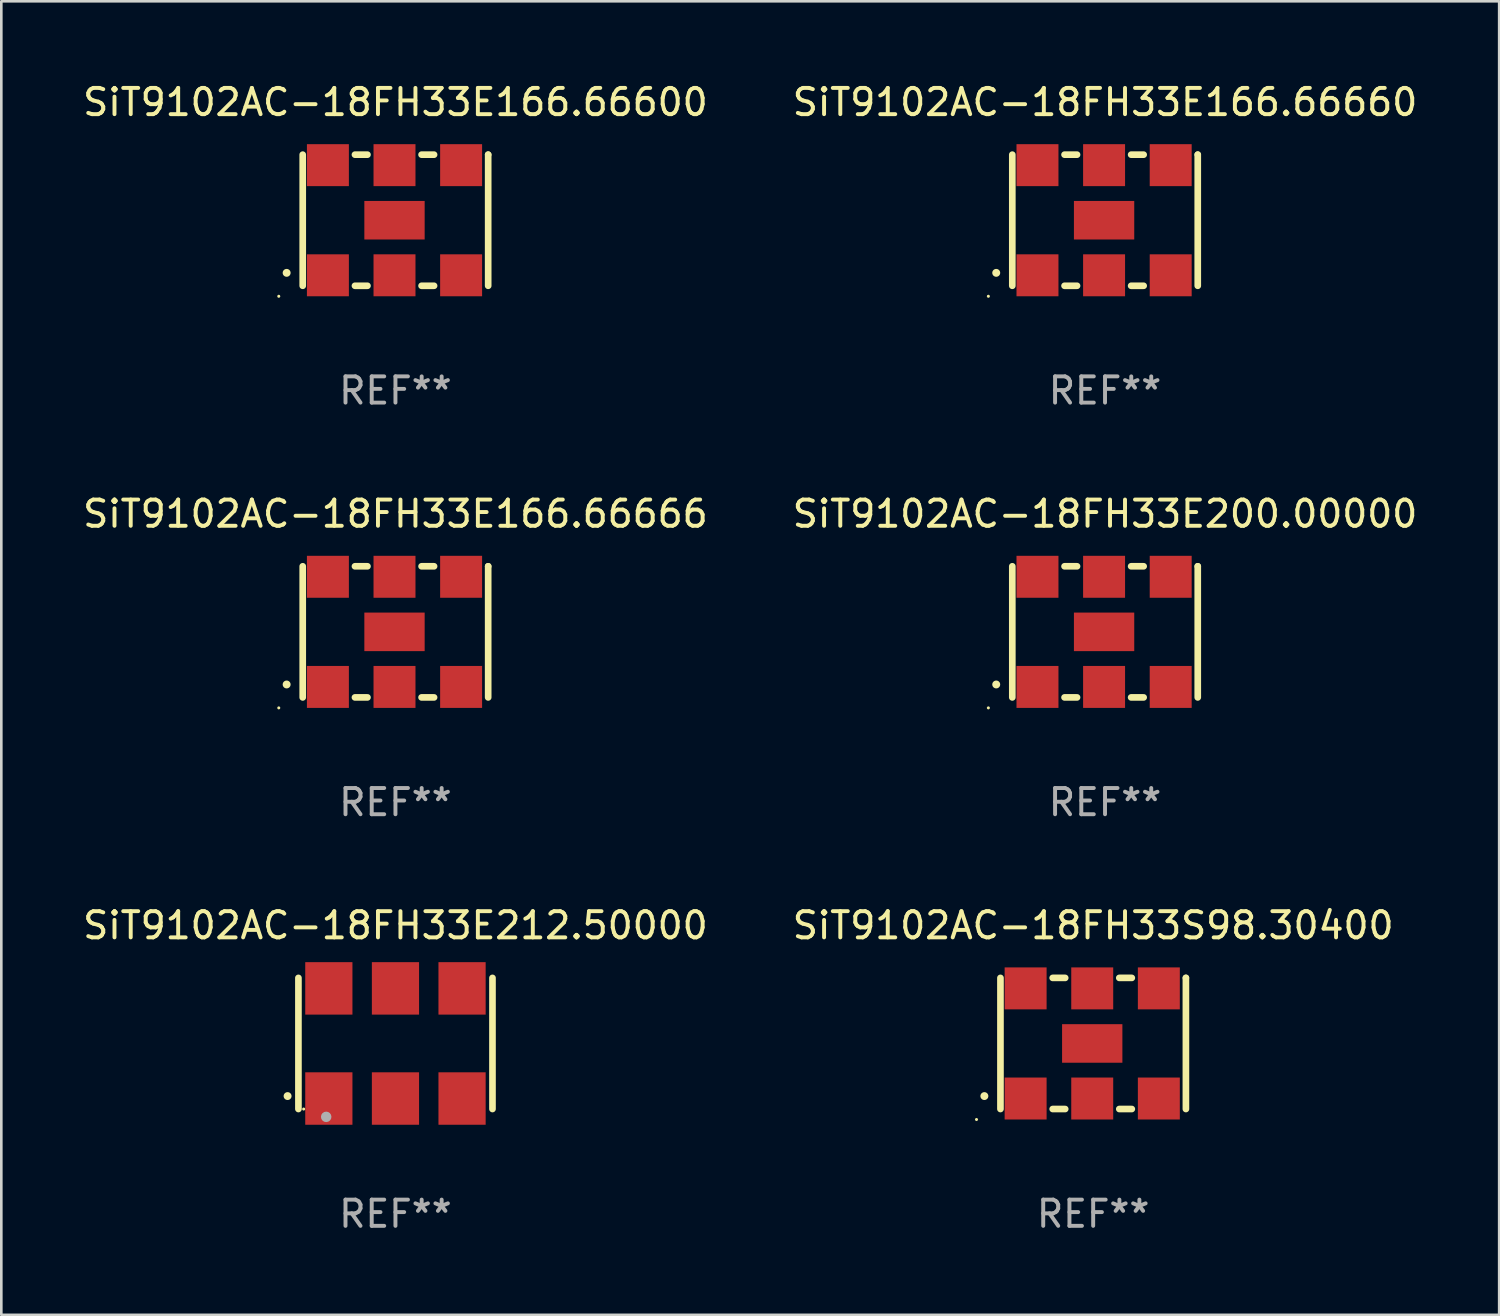
<source format=kicad_pcb>
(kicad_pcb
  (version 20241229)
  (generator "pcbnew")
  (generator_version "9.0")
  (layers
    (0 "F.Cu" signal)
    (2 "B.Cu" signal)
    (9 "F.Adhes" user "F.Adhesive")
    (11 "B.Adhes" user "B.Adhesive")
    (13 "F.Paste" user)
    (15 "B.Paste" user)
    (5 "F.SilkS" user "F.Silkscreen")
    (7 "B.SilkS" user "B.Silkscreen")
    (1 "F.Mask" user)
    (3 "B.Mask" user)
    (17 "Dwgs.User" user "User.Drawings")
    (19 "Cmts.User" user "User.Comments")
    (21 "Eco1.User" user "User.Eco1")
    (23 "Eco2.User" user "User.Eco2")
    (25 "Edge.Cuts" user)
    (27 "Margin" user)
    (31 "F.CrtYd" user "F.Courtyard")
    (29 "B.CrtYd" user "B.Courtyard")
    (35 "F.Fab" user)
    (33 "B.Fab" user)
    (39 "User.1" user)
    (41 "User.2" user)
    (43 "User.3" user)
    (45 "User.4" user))
  (footprint "SiT9102AC-18FH33E166.66600"
    (layer "F.Cu")
    (at 12.03 5.348)
    (property "Reference" "SiT9102AC-18FH33E166.66600" (at 0 -4.5 0) (layer "F.SilkS") (effects (font (size 1 1) (thickness 0.15))))
    (attr through_hole)
    (fp_line (start -3.536 -2.5) (end -3.536 2.5) (stroke (width 0.254) (type solid)) (layer "F.SilkS"))
    (fp_line (start -1.544 2.5) (end -1.067 2.5) (stroke (width 0.254) (type solid)) (layer "F.SilkS"))
    (fp_line (start -1.067 -2.5) (end -1.544 -2.5) (stroke (width 0.254) (type solid)) (layer "F.SilkS"))
    (fp_line (start 0.996 2.5) (end 1.473 2.5) (stroke (width 0.254) (type solid)) (layer "F.SilkS"))
    (fp_line (start 1.473 -2.5) (end 0.996 -2.5) (stroke (width 0.254) (type solid)) (layer "F.SilkS"))
    (fp_line (start 3.536 -2.5) (end 3.536 -2.5) (stroke (width 0.254) (type solid)) (layer "F.SilkS"))
    (fp_line (start 3.536 2.5) (end 3.536 -2.5) (stroke (width 0.254) (type solid)) (layer "F.SilkS"))
    (fp_arc (start -4.150432 2.006604) (mid -4.149162 2.006599) (end -4.147892 2.006604) (stroke (width 0.3) (type solid)) (layer "F.SilkS"))
    (fp_circle (center -4.449 2.9) (end -4.419 2.9) (stroke (width 0.06) (type solid)) (fill no) (layer "F.SilkS"))
    (fp_text user "REF**" (at 0 6.5 0) (layer "F.Fab") (effects (font (size 1 1) (thickness 0.15))))
    (pad "1" smd rect (at -2.576 2.1) (size 1.6 1.6) (layers "F.Cu" "F.Mask" "F.Paste"))
    (pad "2" smd rect (at -0.036 2.1) (size 1.6 1.6) (layers "F.Cu" "F.Mask" "F.Paste"))
    (pad "3" smd rect (at 2.504 2.1) (size 1.6 1.6) (layers "F.Cu" "F.Mask" "F.Paste"))
    (pad "4" smd rect (at 2.504 -2.1) (size 1.6 1.6) (layers "F.Cu" "F.Mask" "F.Paste"))
    (pad "5" smd rect (at -0.036 -2.1) (size 1.6 1.6) (layers "F.Cu" "F.Mask" "F.Paste"))
    (pad "6" smd rect (at -2.576 -2.1) (size 1.6 1.6) (layers "F.Cu" "F.Mask" "F.Paste"))
    (pad "7" smd rect (at -0.036 0) (size 2.3 1.47) (layers "F.Cu" "F.Mask" "F.Paste")))
  (footprint "SiT9102AC-18FH33S98.30400"
    (layer "F.Cu")
    (at 38.637 36.741)
    (property "Reference" "SiT9102AC-18FH33S98.30400" (at 0 -4.5 0) (layer "F.SilkS") (effects (font (size 1 1) (thickness 0.15))))
    (attr through_hole)
    (fp_line (start -3.536 -2.5) (end -3.536 2.5) (stroke (width 0.254) (type solid)) (layer "F.SilkS"))
    (fp_line (start -1.544 2.5) (end -1.067 2.5) (stroke (width 0.254) (type solid)) (layer "F.SilkS"))
    (fp_line (start -1.067 -2.5) (end -1.544 -2.5) (stroke (width 0.254) (type solid)) (layer "F.SilkS"))
    (fp_line (start 0.996 2.5) (end 1.473 2.5) (stroke (width 0.254) (type solid)) (layer "F.SilkS"))
    (fp_line (start 1.473 -2.5) (end 0.996 -2.5) (stroke (width 0.254) (type solid)) (layer "F.SilkS"))
    (fp_line (start 3.536 -2.5) (end 3.536 -2.5) (stroke (width 0.254) (type solid)) (layer "F.SilkS"))
    (fp_line (start 3.536 2.5) (end 3.536 -2.5) (stroke (width 0.254) (type solid)) (layer "F.SilkS"))
    (fp_arc (start -4.150432 2.006604) (mid -4.149162 2.006599) (end -4.147892 2.006604) (stroke (width 0.3) (type solid)) (layer "F.SilkS"))
    (fp_circle (center -4.449 2.9) (end -4.419 2.9) (stroke (width 0.06) (type solid)) (fill no) (layer "F.SilkS"))
    (fp_text user "REF**" (at 0 6.5 0) (layer "F.Fab") (effects (font (size 1 1) (thickness 0.15))))
    (pad "1" smd rect (at -2.576 2.1) (size 1.6 1.6) (layers "F.Cu" "F.Mask" "F.Paste"))
    (pad "2" smd rect (at -0.036 2.1) (size 1.6 1.6) (layers "F.Cu" "F.Mask" "F.Paste"))
    (pad "3" smd rect (at 2.504 2.1) (size 1.6 1.6) (layers "F.Cu" "F.Mask" "F.Paste"))
    (pad "4" smd rect (at 2.504 -2.1) (size 1.6 1.6) (layers "F.Cu" "F.Mask" "F.Paste"))
    (pad "5" smd rect (at -0.036 -2.1) (size 1.6 1.6) (layers "F.Cu" "F.Mask" "F.Paste"))
    (pad "6" smd rect (at -2.576 -2.1) (size 1.6 1.6) (layers "F.Cu" "F.Mask" "F.Paste"))
    (pad "7" smd rect (at -0.036 0) (size 2.3 1.47) (layers "F.Cu" "F.Mask" "F.Paste")))
  (footprint "SiT9102AC-18FH33E166.66666"
    (layer "F.Cu")
    (at 12.03 21.045)
    (property "Reference" "SiT9102AC-18FH33E166.66666" (at 0 -4.5 0) (layer "F.SilkS") (effects (font (size 1 1) (thickness 0.15))))
    (attr through_hole)
    (fp_line (start -3.536 -2.5) (end -3.536 2.5) (stroke (width 0.254) (type solid)) (layer "F.SilkS"))
    (fp_line (start -1.544 2.5) (end -1.067 2.5) (stroke (width 0.254) (type solid)) (layer "F.SilkS"))
    (fp_line (start -1.067 -2.5) (end -1.544 -2.5) (stroke (width 0.254) (type solid)) (layer "F.SilkS"))
    (fp_line (start 0.996 2.5) (end 1.473 2.5) (stroke (width 0.254) (type solid)) (layer "F.SilkS"))
    (fp_line (start 1.473 -2.5) (end 0.996 -2.5) (stroke (width 0.254) (type solid)) (layer "F.SilkS"))
    (fp_line (start 3.536 -2.5) (end 3.536 -2.5) (stroke (width 0.254) (type solid)) (layer "F.SilkS"))
    (fp_line (start 3.536 2.5) (end 3.536 -2.5) (stroke (width 0.254) (type solid)) (layer "F.SilkS"))
    (fp_arc (start -4.150432 2.006604) (mid -4.149162 2.006599) (end -4.147892 2.006604) (stroke (width 0.3) (type solid)) (layer "F.SilkS"))
    (fp_circle (center -4.449 2.9) (end -4.419 2.9) (stroke (width 0.06) (type solid)) (fill no) (layer "F.SilkS"))
    (fp_text user "REF**" (at 0 6.5 0) (layer "F.Fab") (effects (font (size 1 1) (thickness 0.15))))
    (pad "1" smd rect (at -2.576 2.1) (size 1.6 1.6) (layers "F.Cu" "F.Mask" "F.Paste"))
    (pad "2" smd rect (at -0.036 2.1) (size 1.6 1.6) (layers "F.Cu" "F.Mask" "F.Paste"))
    (pad "3" smd rect (at 2.504 2.1) (size 1.6 1.6) (layers "F.Cu" "F.Mask" "F.Paste"))
    (pad "4" smd rect (at 2.504 -2.1) (size 1.6 1.6) (layers "F.Cu" "F.Mask" "F.Paste"))
    (pad "5" smd rect (at -0.036 -2.1) (size 1.6 1.6) (layers "F.Cu" "F.Mask" "F.Paste"))
    (pad "6" smd rect (at -2.576 -2.1) (size 1.6 1.6) (layers "F.Cu" "F.Mask" "F.Paste"))
    (pad "7" smd rect (at -0.036 0) (size 2.3 1.47) (layers "F.Cu" "F.Mask" "F.Paste")))
  (footprint "SiT9102AC-18FH33E212.50000"
    (layer "F.Cu")
    (at 12.03 36.741)
    (property "Reference" "SiT9102AC-18FH33E212.50000" (at 0 -4.5 0) (layer "F.SilkS") (effects (font (size 1 1) (thickness 0.15))))
    (attr through_hole)
    (fp_line (start -3.7 -2.5) (end -3.7 2.5) (stroke (width 0.254) (type solid)) (layer "F.SilkS"))
    (fp_line (start 3.7 -2.5) (end 3.7 2.5) (stroke (width 0.254) (type solid)) (layer "F.SilkS"))
    (fp_arc (start -4.114415 2.006604) (mid -4.113145 2.006599) (end -4.111875 2.006604) (stroke (width 0.3) (type solid)) (layer "F.SilkS"))
    (fp_circle (center -3.5 2.501) (end -3.47 2.501) (stroke (width 0.06) (type solid)) (fill no) (layer "F.SilkS"))
    (fp_circle (center -2.641 2.799) (end -2.541 2.799) (stroke (width 0.2) (type solid)) (fill no) (layer "F.Fab"))
    (fp_text user "REF**" (at 0 6.5 0) (layer "F.Fab") (effects (font (size 1 1) (thickness 0.15))))
    (pad "1" smd rect (at -2.54 2.1) (size 1.8 2) (layers "F.Cu" "F.Mask" "F.Paste"))
    (pad "2" smd rect (at 0.000394 2.1) (size 1.8 2) (layers "F.Cu" "F.Mask" "F.Paste"))
    (pad "3" smd rect (at 2.54 2.1) (size 1.8 2) (layers "F.Cu" "F.Mask" "F.Paste"))
    (pad "4" smd rect (at 2.54 -2.1) (size 1.8 2) (layers "F.Cu" "F.Mask" "F.Paste"))
    (pad "5" smd rect (at 0.000394 -2.1) (size 1.8 2) (layers "F.Cu" "F.Mask" "F.Paste"))
    (pad "6" smd rect (at -2.54 -2.1) (size 1.8 2) (layers "F.Cu" "F.Mask" "F.Paste")))
  (footprint "SiT9102AC-18FH33E166.66660"
    (layer "F.Cu")
    (at 39.089 5.348)
    (property "Reference" "SiT9102AC-18FH33E166.66660" (at 0 -4.5 0) (layer "F.SilkS") (effects (font (size 1 1) (thickness 0.15))))
    (attr through_hole)
    (fp_line (start -3.536 -2.5) (end -3.536 2.5) (stroke (width 0.254) (type solid)) (layer "F.SilkS"))
    (fp_line (start -1.544 2.5) (end -1.067 2.5) (stroke (width 0.254) (type solid)) (layer "F.SilkS"))
    (fp_line (start -1.067 -2.5) (end -1.544 -2.5) (stroke (width 0.254) (type solid)) (layer "F.SilkS"))
    (fp_line (start 0.996 2.5) (end 1.473 2.5) (stroke (width 0.254) (type solid)) (layer "F.SilkS"))
    (fp_line (start 1.473 -2.5) (end 0.996 -2.5) (stroke (width 0.254) (type solid)) (layer "F.SilkS"))
    (fp_line (start 3.536 -2.5) (end 3.536 -2.5) (stroke (width 0.254) (type solid)) (layer "F.SilkS"))
    (fp_line (start 3.536 2.5) (end 3.536 -2.5) (stroke (width 0.254) (type solid)) (layer "F.SilkS"))
    (fp_arc (start -4.150432 2.006604) (mid -4.149162 2.006599) (end -4.147892 2.006604) (stroke (width 0.3) (type solid)) (layer "F.SilkS"))
    (fp_circle (center -4.449 2.9) (end -4.419 2.9) (stroke (width 0.06) (type solid)) (fill no) (layer "F.SilkS"))
    (fp_text user "REF**" (at 0 6.5 0) (layer "F.Fab") (effects (font (size 1 1) (thickness 0.15))))
    (pad "1" smd rect (at -2.576 2.1) (size 1.6 1.6) (layers "F.Cu" "F.Mask" "F.Paste"))
    (pad "2" smd rect (at -0.036 2.1) (size 1.6 1.6) (layers "F.Cu" "F.Mask" "F.Paste"))
    (pad "3" smd rect (at 2.504 2.1) (size 1.6 1.6) (layers "F.Cu" "F.Mask" "F.Paste"))
    (pad "4" smd rect (at 2.504 -2.1) (size 1.6 1.6) (layers "F.Cu" "F.Mask" "F.Paste"))
    (pad "5" smd rect (at -0.036 -2.1) (size 1.6 1.6) (layers "F.Cu" "F.Mask" "F.Paste"))
    (pad "6" smd rect (at -2.576 -2.1) (size 1.6 1.6) (layers "F.Cu" "F.Mask" "F.Paste"))
    (pad "7" smd rect (at -0.036 0) (size 2.3 1.47) (layers "F.Cu" "F.Mask" "F.Paste")))
  (footprint "SiT9102AC-18FH33E200.00000"
    (layer "F.Cu")
    (at 39.089 21.045)
    (property "Reference" "SiT9102AC-18FH33E200.00000" (at 0 -4.5 0) (layer "F.SilkS") (effects (font (size 1 1) (thickness 0.15))))
    (attr through_hole)
    (fp_line (start -3.536 -2.5) (end -3.536 2.5) (stroke (width 0.254) (type solid)) (layer "F.SilkS"))
    (fp_line (start -1.544 2.5) (end -1.067 2.5) (stroke (width 0.254) (type solid)) (layer "F.SilkS"))
    (fp_line (start -1.067 -2.5) (end -1.544 -2.5) (stroke (width 0.254) (type solid)) (layer "F.SilkS"))
    (fp_line (start 0.996 2.5) (end 1.473 2.5) (stroke (width 0.254) (type solid)) (layer "F.SilkS"))
    (fp_line (start 1.473 -2.5) (end 0.996 -2.5) (stroke (width 0.254) (type solid)) (layer "F.SilkS"))
    (fp_line (start 3.536 -2.5) (end 3.536 -2.5) (stroke (width 0.254) (type solid)) (layer "F.SilkS"))
    (fp_line (start 3.536 2.5) (end 3.536 -2.5) (stroke (width 0.254) (type solid)) (layer "F.SilkS"))
    (fp_arc (start -4.150432 2.006604) (mid -4.149162 2.006599) (end -4.147892 2.006604) (stroke (width 0.3) (type solid)) (layer "F.SilkS"))
    (fp_circle (center -4.449 2.9) (end -4.419 2.9) (stroke (width 0.06) (type solid)) (fill no) (layer "F.SilkS"))
    (fp_text user "REF**" (at 0 6.5 0) (layer "F.Fab") (effects (font (size 1 1) (thickness 0.15))))
    (pad "1" smd rect (at -2.576 2.1) (size 1.6 1.6) (layers "F.Cu" "F.Mask" "F.Paste"))
    (pad "2" smd rect (at -0.036 2.1) (size 1.6 1.6) (layers "F.Cu" "F.Mask" "F.Paste"))
    (pad "3" smd rect (at 2.504 2.1) (size 1.6 1.6) (layers "F.Cu" "F.Mask" "F.Paste"))
    (pad "4" smd rect (at 2.504 -2.1) (size 1.6 1.6) (layers "F.Cu" "F.Mask" "F.Paste"))
    (pad "5" smd rect (at -0.036 -2.1) (size 1.6 1.6) (layers "F.Cu" "F.Mask" "F.Paste"))
    (pad "6" smd rect (at -2.576 -2.1) (size 1.6 1.6) (layers "F.Cu" "F.Mask" "F.Paste"))
    (pad "7" smd rect (at -0.036 0) (size 2.3 1.47) (layers "F.Cu" "F.Mask" "F.Paste")))
  (gr_rect
    (start -3 -3)
    (end 54.119 47.09)
    (stroke (width 0.1) (type default))
    (fill no)
    (layer "Edge.Cuts")))
</source>
